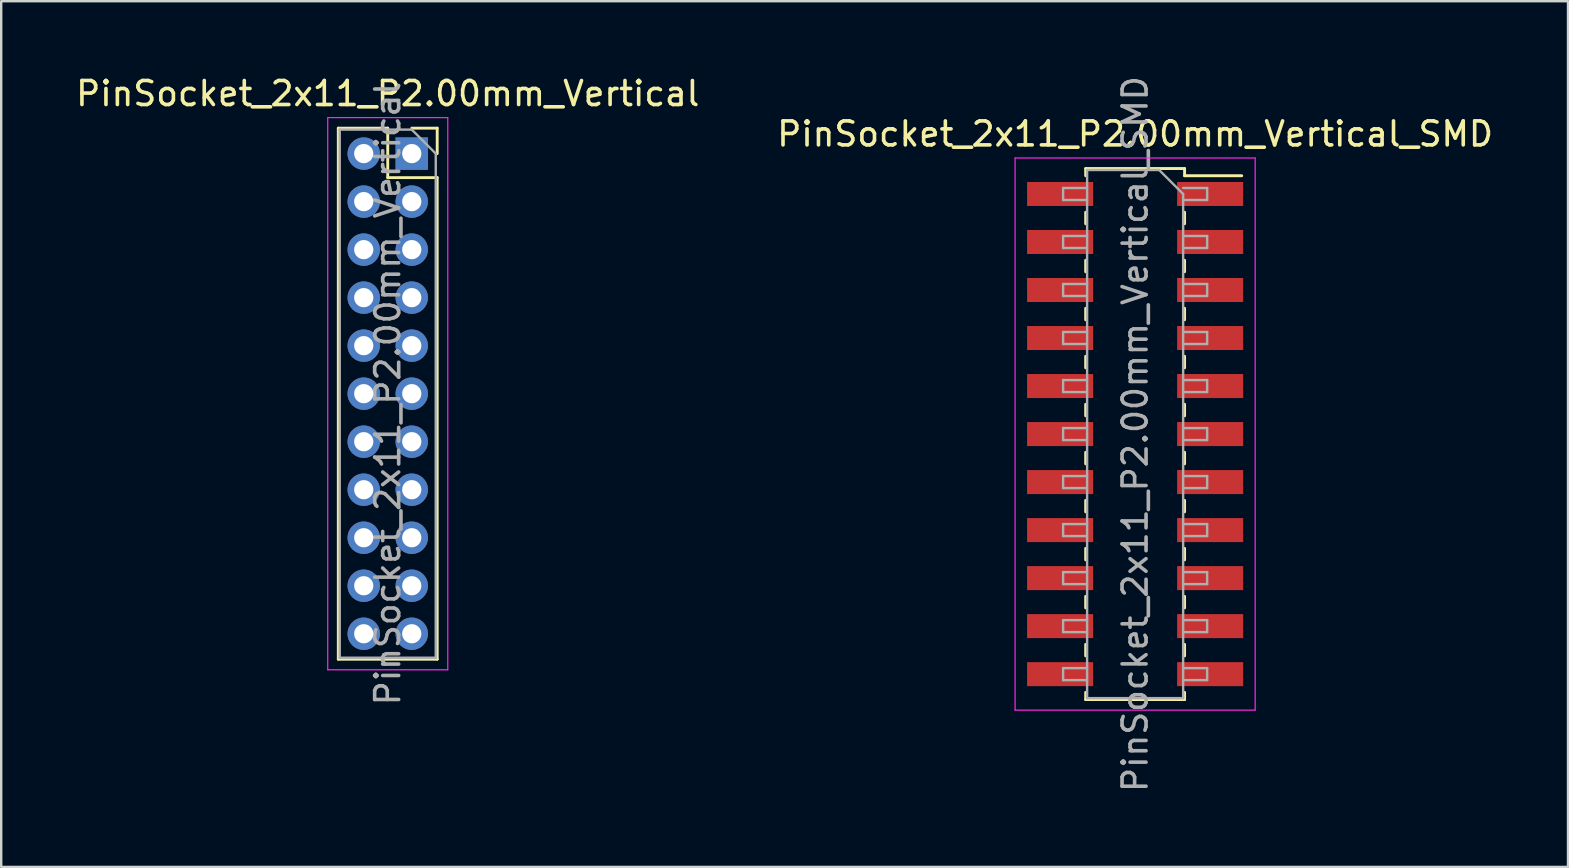
<source format=kicad_pcb>
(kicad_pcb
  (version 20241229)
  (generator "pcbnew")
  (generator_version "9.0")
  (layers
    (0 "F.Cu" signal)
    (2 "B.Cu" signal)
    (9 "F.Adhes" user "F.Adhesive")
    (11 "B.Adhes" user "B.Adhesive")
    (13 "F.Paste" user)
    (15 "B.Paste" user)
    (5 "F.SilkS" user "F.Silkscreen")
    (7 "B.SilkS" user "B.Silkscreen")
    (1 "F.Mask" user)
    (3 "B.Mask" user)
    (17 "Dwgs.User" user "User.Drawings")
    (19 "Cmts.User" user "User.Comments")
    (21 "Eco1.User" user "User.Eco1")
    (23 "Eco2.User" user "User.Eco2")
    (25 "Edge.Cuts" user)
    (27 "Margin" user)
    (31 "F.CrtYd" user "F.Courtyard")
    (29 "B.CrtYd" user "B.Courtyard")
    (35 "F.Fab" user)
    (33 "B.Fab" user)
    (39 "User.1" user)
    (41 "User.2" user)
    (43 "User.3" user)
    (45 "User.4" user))
  (footprint "PinSocket_2x11_P2.00mm_Vertical"
    (layer "F.Cu")
    (at 14.101 3.348)
    (property "Reference" "PinSocket_2x11_P2.00mm_Vertical" (at -1 -2.5 0) (layer "F.SilkS") (effects (font (size 1 1) (thickness 0.15))))
    (attr through_hole)
    (fp_line (start -3.06 -1.06) (end -3.06 21.06) (stroke (width 0.12) (type solid)) (layer "F.SilkS"))
    (fp_line (start -3.06 -1.06) (end -1 -1.06) (stroke (width 0.12) (type solid)) (layer "F.SilkS"))
    (fp_line (start -3.06 21.06) (end 1.06 21.06) (stroke (width 0.12) (type solid)) (layer "F.SilkS"))
    (fp_line (start -1 -1.06) (end -1 1) (stroke (width 0.12) (type solid)) (layer "F.SilkS"))
    (fp_line (start -1 1) (end 1.06 1) (stroke (width 0.12) (type solid)) (layer "F.SilkS"))
    (fp_line (start 0 -1.06) (end 1.06 -1.06) (stroke (width 0.12) (type solid)) (layer "F.SilkS"))
    (fp_line (start 1.06 -1.06) (end 1.06 0) (stroke (width 0.12) (type solid)) (layer "F.SilkS"))
    (fp_line (start 1.06 1) (end 1.06 21.06) (stroke (width 0.12) (type solid)) (layer "F.SilkS"))
    (fp_line (start -3.5 -1.5) (end 1.5 -1.5) (stroke (width 0.05) (type solid)) (layer "F.CrtYd"))
    (fp_line (start -3.5 21.5) (end -3.5 -1.5) (stroke (width 0.05) (type solid)) (layer "F.CrtYd"))
    (fp_line (start 1.5 -1.5) (end 1.5 21.5) (stroke (width 0.05) (type solid)) (layer "F.CrtYd"))
    (fp_line (start 1.5 21.5) (end -3.5 21.5) (stroke (width 0.05) (type solid)) (layer "F.CrtYd"))
    (fp_line (start -3 -1) (end 0 -1) (stroke (width 0.1) (type solid)) (layer "F.Fab"))
    (fp_line (start -3 21) (end -3 -1) (stroke (width 0.1) (type solid)) (layer "F.Fab"))
    (fp_line (start 0 -1) (end 1 0) (stroke (width 0.1) (type solid)) (layer "F.Fab"))
    (fp_line (start 1 0) (end 1 21) (stroke (width 0.1) (type solid)) (layer "F.Fab"))
    (fp_line (start 1 21) (end -3 21) (stroke (width 0.1) (type solid)) (layer "F.Fab"))
    (fp_text user "${REFERENCE}" (at -1 10 90) (layer "F.Fab") (effects (font (size 1 1) (thickness 0.15))))
    (pad "1" thru_hole rect (at 0 0) (size 1.35 1.35) (drill 0.8) (layers "*.Cu" "*.Mask"))
    (pad "2" thru_hole oval (at -2 0) (size 1.35 1.35) (drill 0.8) (layers "*.Cu" "*.Mask"))
    (pad "3" thru_hole oval (at 0 2) (size 1.35 1.35) (drill 0.8) (layers "*.Cu" "*.Mask"))
    (pad "4" thru_hole oval (at -2 2) (size 1.35 1.35) (drill 0.8) (layers "*.Cu" "*.Mask"))
    (pad "5" thru_hole oval (at 0 4) (size 1.35 1.35) (drill 0.8) (layers "*.Cu" "*.Mask"))
    (pad "6" thru_hole oval (at -2 4) (size 1.35 1.35) (drill 0.8) (layers "*.Cu" "*.Mask"))
    (pad "7" thru_hole oval (at 0 6) (size 1.35 1.35) (drill 0.8) (layers "*.Cu" "*.Mask"))
    (pad "8" thru_hole oval (at -2 6) (size 1.35 1.35) (drill 0.8) (layers "*.Cu" "*.Mask"))
    (pad "9" thru_hole oval (at 0 8) (size 1.35 1.35) (drill 0.8) (layers "*.Cu" "*.Mask"))
    (pad "10" thru_hole oval (at -2 8) (size 1.35 1.35) (drill 0.8) (layers "*.Cu" "*.Mask"))
    (pad "11" thru_hole oval (at 0 10) (size 1.35 1.35) (drill 0.8) (layers "*.Cu" "*.Mask"))
    (pad "12" thru_hole oval (at -2 10) (size 1.35 1.35) (drill 0.8) (layers "*.Cu" "*.Mask"))
    (pad "13" thru_hole oval (at 0 12) (size 1.35 1.35) (drill 0.8) (layers "*.Cu" "*.Mask"))
    (pad "14" thru_hole oval (at -2 12) (size 1.35 1.35) (drill 0.8) (layers "*.Cu" "*.Mask"))
    (pad "15" thru_hole oval (at 0 14) (size 1.35 1.35) (drill 0.8) (layers "*.Cu" "*.Mask"))
    (pad "16" thru_hole oval (at -2 14) (size 1.35 1.35) (drill 0.8) (layers "*.Cu" "*.Mask"))
    (pad "17" thru_hole oval (at 0 16) (size 1.35 1.35) (drill 0.8) (layers "*.Cu" "*.Mask"))
    (pad "18" thru_hole oval (at -2 16) (size 1.35 1.35) (drill 0.8) (layers "*.Cu" "*.Mask"))
    (pad "19" thru_hole oval (at 0 18) (size 1.35 1.35) (drill 0.8) (layers "*.Cu" "*.Mask"))
    (pad "20" thru_hole oval (at -2 18) (size 1.35 1.35) (drill 0.8) (layers "*.Cu" "*.Mask"))
    (pad "21" thru_hole oval (at 0 20) (size 1.35 1.35) (drill 0.8) (layers "*.Cu" "*.Mask"))
    (pad "22" thru_hole oval (at -2 20) (size 1.35 1.35) (drill 0.8) (layers "*.Cu" "*.Mask")))
  (footprint "PinSocket_2x11_P2.00mm_Vertical_SMD"
    (layer "F.Cu")
    (at 44.232 15.03)
    (property "Reference" "PinSocket_2x11_P2.00mm_Vertical_SMD" (at 0 -12.5 0) (layer "F.SilkS") (effects (font (size 1 1) (thickness 0.15))))
    (attr smd)
    (fp_line (start -2.06 -11.06) (end -2.06 -10.76) (stroke (width 0.12) (type solid)) (layer "F.SilkS"))
    (fp_line (start -2.06 -11.06) (end 2.06 -11.06) (stroke (width 0.12) (type solid)) (layer "F.SilkS"))
    (fp_line (start -2.06 -9.24) (end -2.06 -8.76) (stroke (width 0.12) (type solid)) (layer "F.SilkS"))
    (fp_line (start -2.06 -7.24) (end -2.06 -6.76) (stroke (width 0.12) (type solid)) (layer "F.SilkS"))
    (fp_line (start -2.06 -5.24) (end -2.06 -4.76) (stroke (width 0.12) (type solid)) (layer "F.SilkS"))
    (fp_line (start -2.06 -3.24) (end -2.06 -2.76) (stroke (width 0.12) (type solid)) (layer "F.SilkS"))
    (fp_line (start -2.06 -1.24) (end -2.06 -0.76) (stroke (width 0.12) (type solid)) (layer "F.SilkS"))
    (fp_line (start -2.06 0.76) (end -2.06 1.24) (stroke (width 0.12) (type solid)) (layer "F.SilkS"))
    (fp_line (start -2.06 2.76) (end -2.06 3.24) (stroke (width 0.12) (type solid)) (layer "F.SilkS"))
    (fp_line (start -2.06 4.76) (end -2.06 5.24) (stroke (width 0.12) (type solid)) (layer "F.SilkS"))
    (fp_line (start -2.06 6.76) (end -2.06 7.24) (stroke (width 0.12) (type solid)) (layer "F.SilkS"))
    (fp_line (start -2.06 8.76) (end -2.06 9.24) (stroke (width 0.12) (type solid)) (layer "F.SilkS"))
    (fp_line (start -2.06 10.76) (end -2.06 11.06) (stroke (width 0.12) (type solid)) (layer "F.SilkS"))
    (fp_line (start -2.06 11.06) (end 2.06 11.06) (stroke (width 0.12) (type solid)) (layer "F.SilkS"))
    (fp_line (start 2.06 -11.06) (end 2.06 -10.76) (stroke (width 0.12) (type solid)) (layer "F.SilkS"))
    (fp_line (start 2.06 -10.76) (end 4.44 -10.76) (stroke (width 0.12) (type solid)) (layer "F.SilkS"))
    (fp_line (start 2.06 -9.24) (end 2.06 -8.76) (stroke (width 0.12) (type solid)) (layer "F.SilkS"))
    (fp_line (start 2.06 -7.24) (end 2.06 -6.76) (stroke (width 0.12) (type solid)) (layer "F.SilkS"))
    (fp_line (start 2.06 -5.24) (end 2.06 -4.76) (stroke (width 0.12) (type solid)) (layer "F.SilkS"))
    (fp_line (start 2.06 -3.24) (end 2.06 -2.76) (stroke (width 0.12) (type solid)) (layer "F.SilkS"))
    (fp_line (start 2.06 -1.24) (end 2.06 -0.76) (stroke (width 0.12) (type solid)) (layer "F.SilkS"))
    (fp_line (start 2.06 0.76) (end 2.06 1.24) (stroke (width 0.12) (type solid)) (layer "F.SilkS"))
    (fp_line (start 2.06 2.76) (end 2.06 3.24) (stroke (width 0.12) (type solid)) (layer "F.SilkS"))
    (fp_line (start 2.06 4.76) (end 2.06 5.24) (stroke (width 0.12) (type solid)) (layer "F.SilkS"))
    (fp_line (start 2.06 6.76) (end 2.06 7.24) (stroke (width 0.12) (type solid)) (layer "F.SilkS"))
    (fp_line (start 2.06 8.76) (end 2.06 9.24) (stroke (width 0.12) (type solid)) (layer "F.SilkS"))
    (fp_line (start 2.06 10.76) (end 2.06 11.06) (stroke (width 0.12) (type solid)) (layer "F.SilkS"))
    (fp_line (start -5 -11.5) (end 5 -11.5) (stroke (width 0.05) (type solid)) (layer "F.CrtYd"))
    (fp_line (start -5 11.5) (end -5 -11.5) (stroke (width 0.05) (type solid)) (layer "F.CrtYd"))
    (fp_line (start 5 -11.5) (end 5 11.5) (stroke (width 0.05) (type solid)) (layer "F.CrtYd"))
    (fp_line (start 5 11.5) (end -5 11.5) (stroke (width 0.05) (type solid)) (layer "F.CrtYd"))
    (fp_line (start -3 -10.25) (end -2 -10.25) (stroke (width 0.1) (type solid)) (layer "F.Fab"))
    (fp_line (start -3 -9.75) (end -3 -10.25) (stroke (width 0.1) (type solid)) (layer "F.Fab"))
    (fp_line (start -3 -8.25) (end -2 -8.25) (stroke (width 0.1) (type solid)) (layer "F.Fab"))
    (fp_line (start -3 -7.75) (end -3 -8.25) (stroke (width 0.1) (type solid)) (layer "F.Fab"))
    (fp_line (start -3 -6.25) (end -2 -6.25) (stroke (width 0.1) (type solid)) (layer "F.Fab"))
    (fp_line (start -3 -5.75) (end -3 -6.25) (stroke (width 0.1) (type solid)) (layer "F.Fab"))
    (fp_line (start -3 -4.25) (end -2 -4.25) (stroke (width 0.1) (type solid)) (layer "F.Fab"))
    (fp_line (start -3 -3.75) (end -3 -4.25) (stroke (width 0.1) (type solid)) (layer "F.Fab"))
    (fp_line (start -3 -2.25) (end -2 -2.25) (stroke (width 0.1) (type solid)) (layer "F.Fab"))
    (fp_line (start -3 -1.75) (end -3 -2.25) (stroke (width 0.1) (type solid)) (layer "F.Fab"))
    (fp_line (start -3 -0.25) (end -2 -0.25) (stroke (width 0.1) (type solid)) (layer "F.Fab"))
    (fp_line (start -3 0.25) (end -3 -0.25) (stroke (width 0.1) (type solid)) (layer "F.Fab"))
    (fp_line (start -3 1.75) (end -2 1.75) (stroke (width 0.1) (type solid)) (layer "F.Fab"))
    (fp_line (start -3 2.25) (end -3 1.75) (stroke (width 0.1) (type solid)) (layer "F.Fab"))
    (fp_line (start -3 3.75) (end -2 3.75) (stroke (width 0.1) (type solid)) (layer "F.Fab"))
    (fp_line (start -3 4.25) (end -3 3.75) (stroke (width 0.1) (type solid)) (layer "F.Fab"))
    (fp_line (start -3 5.75) (end -2 5.75) (stroke (width 0.1) (type solid)) (layer "F.Fab"))
    (fp_line (start -3 6.25) (end -3 5.75) (stroke (width 0.1) (type solid)) (layer "F.Fab"))
    (fp_line (start -3 7.75) (end -2 7.75) (stroke (width 0.1) (type solid)) (layer "F.Fab"))
    (fp_line (start -3 8.25) (end -3 7.75) (stroke (width 0.1) (type solid)) (layer "F.Fab"))
    (fp_line (start -3 9.75) (end -2 9.75) (stroke (width 0.1) (type solid)) (layer "F.Fab"))
    (fp_line (start -3 10.25) (end -3 9.75) (stroke (width 0.1) (type solid)) (layer "F.Fab"))
    (fp_line (start -2 -11) (end 1 -11) (stroke (width 0.1) (type solid)) (layer "F.Fab"))
    (fp_line (start -2 -9.75) (end -3 -9.75) (stroke (width 0.1) (type solid)) (layer "F.Fab"))
    (fp_line (start -2 -7.75) (end -3 -7.75) (stroke (width 0.1) (type solid)) (layer "F.Fab"))
    (fp_line (start -2 -5.75) (end -3 -5.75) (stroke (width 0.1) (type solid)) (layer "F.Fab"))
    (fp_line (start -2 -3.75) (end -3 -3.75) (stroke (width 0.1) (type solid)) (layer "F.Fab"))
    (fp_line (start -2 -1.75) (end -3 -1.75) (stroke (width 0.1) (type solid)) (layer "F.Fab"))
    (fp_line (start -2 0.25) (end -3 0.25) (stroke (width 0.1) (type solid)) (layer "F.Fab"))
    (fp_line (start -2 2.25) (end -3 2.25) (stroke (width 0.1) (type solid)) (layer "F.Fab"))
    (fp_line (start -2 4.25) (end -3 4.25) (stroke (width 0.1) (type solid)) (layer "F.Fab"))
    (fp_line (start -2 6.25) (end -3 6.25) (stroke (width 0.1) (type solid)) (layer "F.Fab"))
    (fp_line (start -2 8.25) (end -3 8.25) (stroke (width 0.1) (type solid)) (layer "F.Fab"))
    (fp_line (start -2 10.25) (end -3 10.25) (stroke (width 0.1) (type solid)) (layer "F.Fab"))
    (fp_line (start -2 11) (end -2 -11) (stroke (width 0.1) (type solid)) (layer "F.Fab"))
    (fp_line (start 1 -11) (end 2 -10) (stroke (width 0.1) (type solid)) (layer "F.Fab"))
    (fp_line (start 2 -10.25) (end 3 -10.25) (stroke (width 0.1) (type solid)) (layer "F.Fab"))
    (fp_line (start 2 -10) (end 2 11) (stroke (width 0.1) (type solid)) (layer "F.Fab"))
    (fp_line (start 2 -8.25) (end 3 -8.25) (stroke (width 0.1) (type solid)) (layer "F.Fab"))
    (fp_line (start 2 -6.25) (end 3 -6.25) (stroke (width 0.1) (type solid)) (layer "F.Fab"))
    (fp_line (start 2 -4.25) (end 3 -4.25) (stroke (width 0.1) (type solid)) (layer "F.Fab"))
    (fp_line (start 2 -2.25) (end 3 -2.25) (stroke (width 0.1) (type solid)) (layer "F.Fab"))
    (fp_line (start 2 -0.25) (end 3 -0.25) (stroke (width 0.1) (type solid)) (layer "F.Fab"))
    (fp_line (start 2 1.75) (end 3 1.75) (stroke (width 0.1) (type solid)) (layer "F.Fab"))
    (fp_line (start 2 3.75) (end 3 3.75) (stroke (width 0.1) (type solid)) (layer "F.Fab"))
    (fp_line (start 2 5.75) (end 3 5.75) (stroke (width 0.1) (type solid)) (layer "F.Fab"))
    (fp_line (start 2 7.75) (end 3 7.75) (stroke (width 0.1) (type solid)) (layer "F.Fab"))
    (fp_line (start 2 9.75) (end 3 9.75) (stroke (width 0.1) (type solid)) (layer "F.Fab"))
    (fp_line (start 2 11) (end -2 11) (stroke (width 0.1) (type solid)) (layer "F.Fab"))
    (fp_line (start 3 -10.25) (end 3 -9.75) (stroke (width 0.1) (type solid)) (layer "F.Fab"))
    (fp_line (start 3 -9.75) (end 2 -9.75) (stroke (width 0.1) (type solid)) (layer "F.Fab"))
    (fp_line (start 3 -8.25) (end 3 -7.75) (stroke (width 0.1) (type solid)) (layer "F.Fab"))
    (fp_line (start 3 -7.75) (end 2 -7.75) (stroke (width 0.1) (type solid)) (layer "F.Fab"))
    (fp_line (start 3 -6.25) (end 3 -5.75) (stroke (width 0.1) (type solid)) (layer "F.Fab"))
    (fp_line (start 3 -5.75) (end 2 -5.75) (stroke (width 0.1) (type solid)) (layer "F.Fab"))
    (fp_line (start 3 -4.25) (end 3 -3.75) (stroke (width 0.1) (type solid)) (layer "F.Fab"))
    (fp_line (start 3 -3.75) (end 2 -3.75) (stroke (width 0.1) (type solid)) (layer "F.Fab"))
    (fp_line (start 3 -2.25) (end 3 -1.75) (stroke (width 0.1) (type solid)) (layer "F.Fab"))
    (fp_line (start 3 -1.75) (end 2 -1.75) (stroke (width 0.1) (type solid)) (layer "F.Fab"))
    (fp_line (start 3 -0.25) (end 3 0.25) (stroke (width 0.1) (type solid)) (layer "F.Fab"))
    (fp_line (start 3 0.25) (end 2 0.25) (stroke (width 0.1) (type solid)) (layer "F.Fab"))
    (fp_line (start 3 1.75) (end 3 2.25) (stroke (width 0.1) (type solid)) (layer "F.Fab"))
    (fp_line (start 3 2.25) (end 2 2.25) (stroke (width 0.1) (type solid)) (layer "F.Fab"))
    (fp_line (start 3 3.75) (end 3 4.25) (stroke (width 0.1) (type solid)) (layer "F.Fab"))
    (fp_line (start 3 4.25) (end 2 4.25) (stroke (width 0.1) (type solid)) (layer "F.Fab"))
    (fp_line (start 3 5.75) (end 3 6.25) (stroke (width 0.1) (type solid)) (layer "F.Fab"))
    (fp_line (start 3 6.25) (end 2 6.25) (stroke (width 0.1) (type solid)) (layer "F.Fab"))
    (fp_line (start 3 7.75) (end 3 8.25) (stroke (width 0.1) (type solid)) (layer "F.Fab"))
    (fp_line (start 3 8.25) (end 2 8.25) (stroke (width 0.1) (type solid)) (layer "F.Fab"))
    (fp_line (start 3 9.75) (end 3 10.25) (stroke (width 0.1) (type solid)) (layer "F.Fab"))
    (fp_line (start 3 10.25) (end 2 10.25) (stroke (width 0.1) (type solid)) (layer "F.Fab"))
    (fp_text user "${REFERENCE}" (at 0 0 90) (layer "F.Fab") (effects (font (size 1 1) (thickness 0.15))))
    (pad "1" smd rect (at 3.125 -10) (size 2.75 1) (layers "F.Cu" "F.Mask" "F.Paste"))
    (pad "2" smd rect (at -3.125 -10) (size 2.75 1) (layers "F.Cu" "F.Mask" "F.Paste"))
    (pad "3" smd rect (at 3.125 -8) (size 2.75 1) (layers "F.Cu" "F.Mask" "F.Paste"))
    (pad "4" smd rect (at -3.125 -8) (size 2.75 1) (layers "F.Cu" "F.Mask" "F.Paste"))
    (pad "5" smd rect (at 3.125 -6) (size 2.75 1) (layers "F.Cu" "F.Mask" "F.Paste"))
    (pad "6" smd rect (at -3.125 -6) (size 2.75 1) (layers "F.Cu" "F.Mask" "F.Paste"))
    (pad "7" smd rect (at 3.125 -4) (size 2.75 1) (layers "F.Cu" "F.Mask" "F.Paste"))
    (pad "8" smd rect (at -3.125 -4) (size 2.75 1) (layers "F.Cu" "F.Mask" "F.Paste"))
    (pad "9" smd rect (at 3.125 -2) (size 2.75 1) (layers "F.Cu" "F.Mask" "F.Paste"))
    (pad "10" smd rect (at -3.125 -2) (size 2.75 1) (layers "F.Cu" "F.Mask" "F.Paste"))
    (pad "11" smd rect (at 3.125 0) (size 2.75 1) (layers "F.Cu" "F.Mask" "F.Paste"))
    (pad "12" smd rect (at -3.125 0) (size 2.75 1) (layers "F.Cu" "F.Mask" "F.Paste"))
    (pad "13" smd rect (at 3.125 2) (size 2.75 1) (layers "F.Cu" "F.Mask" "F.Paste"))
    (pad "14" smd rect (at -3.125 2) (size 2.75 1) (layers "F.Cu" "F.Mask" "F.Paste"))
    (pad "15" smd rect (at 3.125 4) (size 2.75 1) (layers "F.Cu" "F.Mask" "F.Paste"))
    (pad "16" smd rect (at -3.125 4) (size 2.75 1) (layers "F.Cu" "F.Mask" "F.Paste"))
    (pad "17" smd rect (at 3.125 6) (size 2.75 1) (layers "F.Cu" "F.Mask" "F.Paste"))
    (pad "18" smd rect (at -3.125 6) (size 2.75 1) (layers "F.Cu" "F.Mask" "F.Paste"))
    (pad "19" smd rect (at 3.125 8) (size 2.75 1) (layers "F.Cu" "F.Mask" "F.Paste"))
    (pad "20" smd rect (at -3.125 8) (size 2.75 1) (layers "F.Cu" "F.Mask" "F.Paste"))
    (pad "21" smd rect (at 3.125 10) (size 2.75 1) (layers "F.Cu" "F.Mask" "F.Paste"))
    (pad "22" smd rect (at -3.125 10) (size 2.75 1) (layers "F.Cu" "F.Mask" "F.Paste")))
  (gr_rect
    (start -3 -3)
    (end 62.262 33.06)
    (stroke (width 0.1) (type default))
    (fill no)
    (layer "Edge.Cuts")))
</source>
